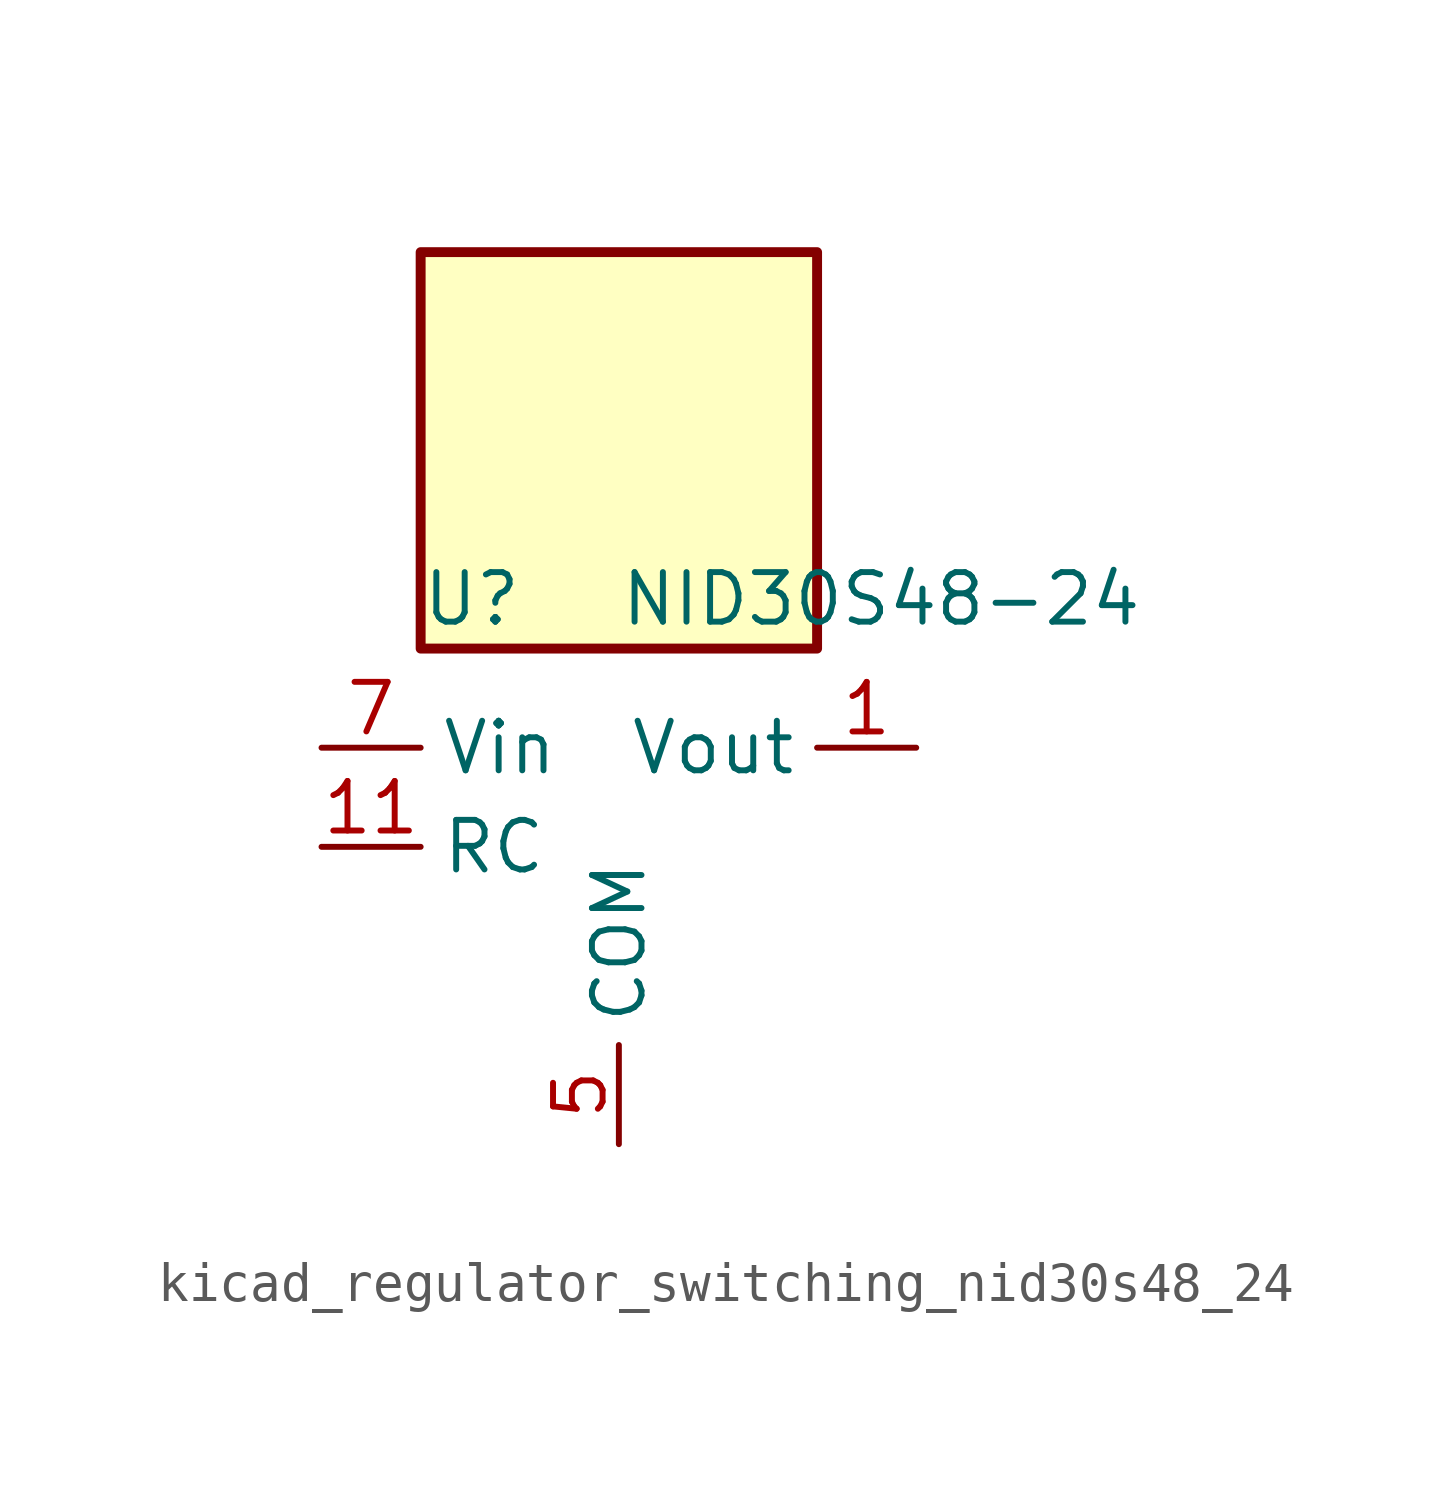
<source format=kicad_sym>
(kicad_symbol_lib
  (version 20220914)
  (generator kicad_symbol_editor)
  (symbol "kicad_regulator_switching_nid30s48_24"
    (property "Reference" "U"
      (at -5.08 6.35 0)
      (effects (font (size 1.27 1.27)) (justify left)))
    (property "Value" "NID30S48-24"
      (at 0 6.35 0)
      (effects (font (size 1.27 1.27)) (justify left)))
    (symbol "kicad_regulator_switching_nid30s48_24_0_1"
      (rectangle (start 5.08 15.24) (end -5.08 5.08) (stroke (width 0.254) (type default)) (fill (type background))))
    (symbol "kicad_regulator_switching_nid30s48_24_1_1"
      (pin power_out line (at 7.62 2.54 180) (length 2.54) (name "Vout" (effects (font (size 1.27 1.27)))) (number "1" (effects (font (size 1.27 1.27)))))
      (pin no_connect line (at 5.08 -2.54 180) (length 2.54) hide (name "NC" (effects (font (size 1.27 1.27)))) (number "10" (effects (font (size 1.27 1.27)))))
      (pin input line (at -7.62 0 0) (length 2.54) (name "RC" (effects (font (size 1.27 1.27)))) (number "11" (effects (font (size 1.27 1.27)))))
      (pin passive line (at 7.62 2.54 180) (length 2.54) hide (name "Vout" (effects (font (size 1.27 1.27)))) (number "2" (effects (font (size 1.27 1.27)))))
      (pin passive line (at 7.62 2.54 180) (length 2.54) hide (name "Vout" (effects (font (size 1.27 1.27)))) (number "3" (effects (font (size 1.27 1.27)))))
      (pin passive line (at 7.62 2.54 180) (length 2.54) hide (name "Vout" (effects (font (size 1.27 1.27)))) (number "4" (effects (font (size 1.27 1.27)))))
      (pin power_in line (at 0 -7.62 90) (length 2.54) (name "COM" (effects (font (size 1.27 1.27)))) (number "5" (effects (font (size 1.27 1.27)))))
      (pin passive line (at 0 -7.62 90) (length 2.54) hide (name "COM" (effects (font (size 1.27 1.27)))) (number "6" (effects (font (size 1.27 1.27)))))
      (pin power_in line (at -7.62 2.54 0) (length 2.54) (name "Vin" (effects (font (size 1.27 1.27)))) (number "7" (effects (font (size 1.27 1.27)))))
      (pin passive line (at -7.62 2.54 0) (length 2.54) hide (name "Vin" (effects (font (size 1.27 1.27)))) (number "8" (effects (font (size 1.27 1.27)))))
      (pin no_connect line (at 5.08 0 180) (length 2.54) hide (name "NC" (effects (font (size 1.27 1.27)))) (number "9" (effects (font (size 1.27 1.27))))))))
</source>
